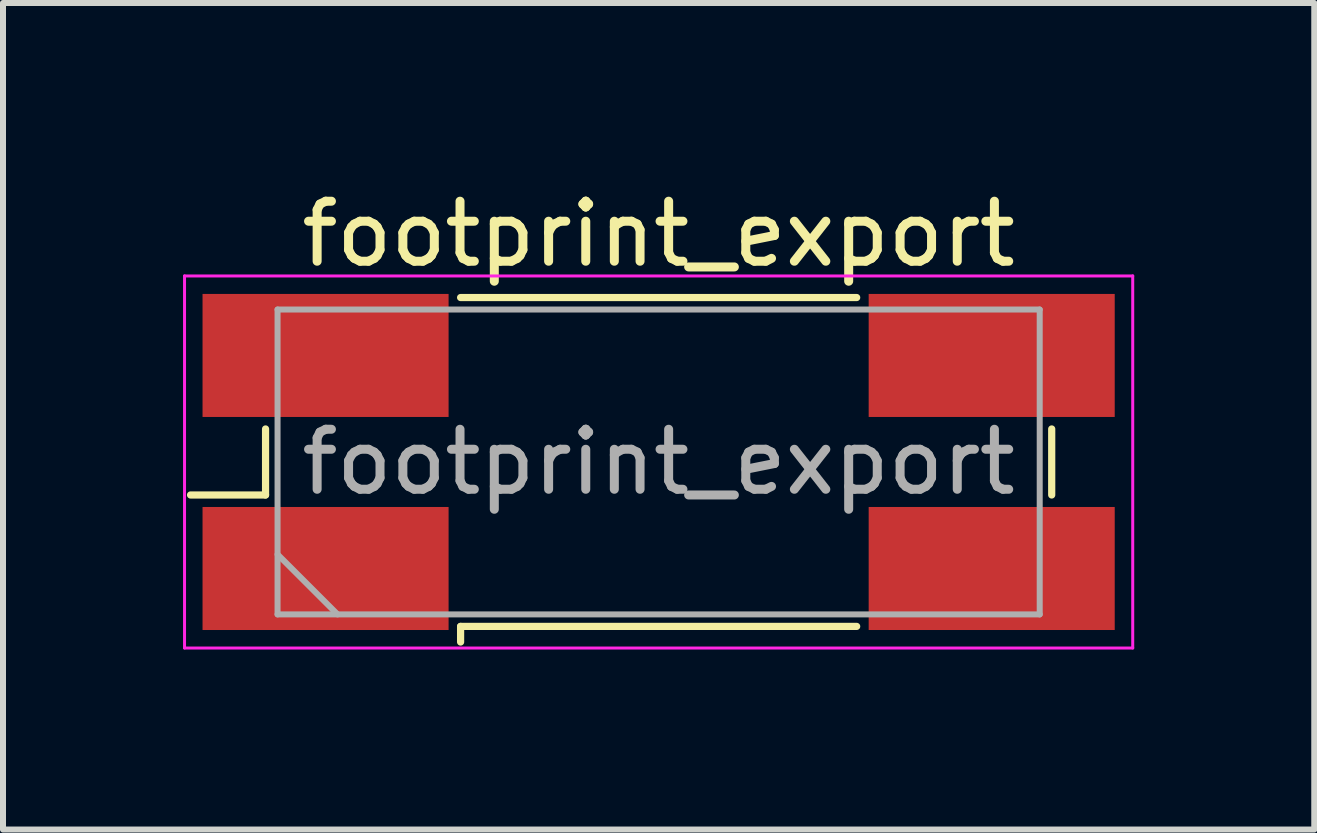
<source format=kicad_pcb>
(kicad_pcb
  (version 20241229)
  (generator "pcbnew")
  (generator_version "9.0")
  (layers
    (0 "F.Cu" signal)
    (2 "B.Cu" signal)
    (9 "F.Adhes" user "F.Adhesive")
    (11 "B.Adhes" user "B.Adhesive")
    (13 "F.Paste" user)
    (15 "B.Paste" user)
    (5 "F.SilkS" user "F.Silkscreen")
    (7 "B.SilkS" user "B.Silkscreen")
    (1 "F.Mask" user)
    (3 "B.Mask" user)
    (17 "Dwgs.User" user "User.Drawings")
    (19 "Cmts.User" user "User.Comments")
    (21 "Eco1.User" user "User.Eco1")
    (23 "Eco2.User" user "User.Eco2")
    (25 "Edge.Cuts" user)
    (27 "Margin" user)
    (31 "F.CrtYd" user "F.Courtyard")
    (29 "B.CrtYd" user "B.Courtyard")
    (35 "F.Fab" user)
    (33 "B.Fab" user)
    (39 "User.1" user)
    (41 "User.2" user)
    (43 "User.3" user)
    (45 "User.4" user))
  (footprint "footprint_export"
    (layer "F.Cu")
    (at 7.925 4.648)
    (property "Reference" "footprint_export" (at 0 -3.8 0) (layer "F.SilkS") (effects (font (size 1 1) (thickness 0.15))))
    (attr smd)
    (fp_line (start -7.8 0.55) (end -6.55 0.55) (stroke (width 0.12) (type solid)) (layer "F.SilkS"))
    (fp_line (start -6.55 0.55) (end -6.55 -0.55) (stroke (width 0.12) (type solid)) (layer "F.SilkS"))
    (fp_line (start -3.3 -2.74) (end 3.3 -2.74) (stroke (width 0.12) (type solid)) (layer "F.SilkS"))
    (fp_line (start -3.3 2.74) (end -3.3 3) (stroke (width 0.12) (type solid)) (layer "F.SilkS"))
    (fp_line (start 3.3 2.74) (end -3.3 2.74) (stroke (width 0.12) (type solid)) (layer "F.SilkS"))
    (fp_line (start 6.55 -0.55) (end 6.55 0.55) (stroke (width 0.12) (type solid)) (layer "F.SilkS"))
    (fp_line (start -7.9 -3.1) (end -7.9 3.1) (stroke (width 0.05) (type solid)) (layer "F.CrtYd"))
    (fp_line (start -7.9 3.1) (end 7.9 3.1) (stroke (width 0.05) (type solid)) (layer "F.CrtYd"))
    (fp_line (start 7.9 -3.1) (end -7.9 -3.1) (stroke (width 0.05) (type solid)) (layer "F.CrtYd"))
    (fp_line (start 7.9 3.1) (end 7.9 -3.1) (stroke (width 0.05) (type solid)) (layer "F.CrtYd"))
    (fp_line (start -6.35 -2.54) (end -6.35 2.54) (stroke (width 0.1) (type solid)) (layer "F.Fab"))
    (fp_line (start -6.35 1.54) (end -5.35 2.54) (stroke (width 0.1) (type solid)) (layer "F.Fab"))
    (fp_line (start -6.35 2.54) (end 6.35 2.54) (stroke (width 0.1) (type solid)) (layer "F.Fab"))
    (fp_line (start 6.35 -2.54) (end -6.35 -2.54) (stroke (width 0.1) (type solid)) (layer "F.Fab"))
    (fp_line (start 6.35 2.54) (end 6.35 -2.54) (stroke (width 0.1) (type solid)) (layer "F.Fab"))
    (fp_text user "${REFERENCE}" (at 0 0 0) (layer "F.Fab") (effects (font (size 1 1) (thickness 0.15))))
    (pad "1" smd rect (at -5.55 1.775) (size 4.1 2.05) (layers "F.Cu" "F.Mask" "F.Paste"))
    (pad "2" smd rect (at 5.55 1.775) (size 4.1 2.05) (layers "F.Cu" "F.Mask" "F.Paste"))
    (pad "3" smd rect (at 5.55 -1.775) (size 4.1 2.05) (layers "F.Cu" "F.Mask" "F.Paste"))
    (pad "4" smd rect (at -5.55 -1.775) (size 4.1 2.05) (layers "F.Cu" "F.Mask" "F.Paste")))
  (gr_rect
    (start -3 -3)
    (end 18.85 10.773)
    (stroke (width 0.1) (type default))
    (fill no)
    (layer "Edge.Cuts")))
</source>
